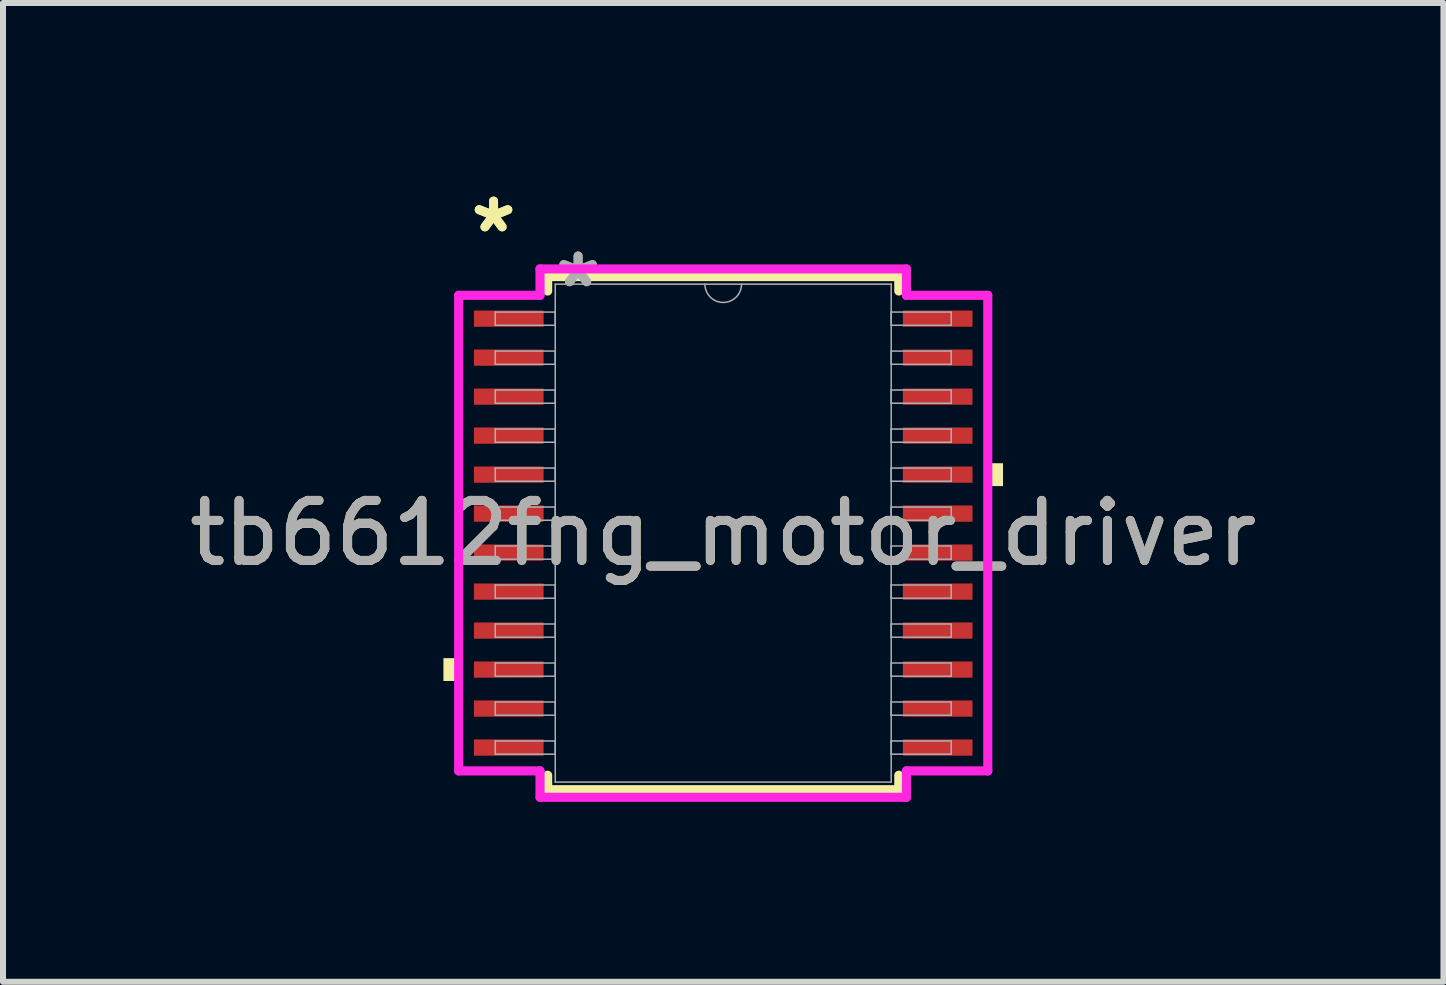
<source format=kicad_pcb>
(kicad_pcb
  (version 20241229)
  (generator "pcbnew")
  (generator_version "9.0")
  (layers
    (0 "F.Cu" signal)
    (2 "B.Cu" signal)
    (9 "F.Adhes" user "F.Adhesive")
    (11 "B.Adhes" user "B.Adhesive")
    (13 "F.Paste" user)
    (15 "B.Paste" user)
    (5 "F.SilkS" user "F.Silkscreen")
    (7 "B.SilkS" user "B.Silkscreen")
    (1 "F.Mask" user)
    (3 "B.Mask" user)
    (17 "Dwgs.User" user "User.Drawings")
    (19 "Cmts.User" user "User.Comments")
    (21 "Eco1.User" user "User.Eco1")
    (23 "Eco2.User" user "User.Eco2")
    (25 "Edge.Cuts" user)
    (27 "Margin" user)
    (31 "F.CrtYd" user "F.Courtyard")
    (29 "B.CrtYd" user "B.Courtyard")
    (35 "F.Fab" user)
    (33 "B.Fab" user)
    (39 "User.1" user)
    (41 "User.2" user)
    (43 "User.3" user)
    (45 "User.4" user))
  (footprint "tb6612fng_motor_driver"
    (layer "F.Cu")
    (at 9.006 5.837)
    (property "Reference" "tb6612fng_motor_driver" (at 0 0 0) (unlocked yes) (layer "F.SilkS") (effects (font (size 1 1) (thickness 0.15))))
    (attr smd)
    (fp_line (start -2.927 -4.277) (end -2.927 -4.036) (stroke (width 0.152) (type solid)) (layer "F.SilkS"))
    (fp_line (start -2.927 4.036) (end -2.927 4.277) (stroke (width 0.152) (type solid)) (layer "F.SilkS"))
    (fp_line (start -2.927 4.277) (end 2.927 4.277) (stroke (width 0.152) (type solid)) (layer "F.SilkS"))
    (fp_line (start 2.927 -4.277) (end -2.927 -4.277) (stroke (width 0.152) (type solid)) (layer "F.SilkS"))
    (fp_line (start 2.927 -4.036) (end 2.927 -4.277) (stroke (width 0.152) (type solid)) (layer "F.SilkS"))
    (fp_line (start 2.927 4.277) (end 2.927 4.036) (stroke (width 0.152) (type solid)) (layer "F.SilkS"))
    (fp_poly (pts (xy -4.664 2.084) (xy -4.664 2.465) (xy -4.41 2.465) (xy -4.41 2.084)) (stroke (width 0) (type solid)) (fill yes) (layer "F.SilkS"))
    (fp_poly (pts (xy 4.664 -1.165) (xy 4.664 -0.784) (xy 4.41 -0.784) (xy 4.41 -1.165)) (stroke (width 0) (type solid)) (fill yes) (layer "F.SilkS"))
    (fp_line (start -4.41 -3.964) (end -3.054 -3.964) (stroke (width 0.152) (type solid)) (layer "F.CrtYd"))
    (fp_line (start -4.41 3.964) (end -4.41 -3.964) (stroke (width 0.152) (type solid)) (layer "F.CrtYd"))
    (fp_line (start -4.41 3.964) (end -3.054 3.964) (stroke (width 0.152) (type solid)) (layer "F.CrtYd"))
    (fp_line (start -3.054 -4.404) (end 3.054 -4.404) (stroke (width 0.152) (type solid)) (layer "F.CrtYd"))
    (fp_line (start -3.054 -3.964) (end -3.054 -4.404) (stroke (width 0.152) (type solid)) (layer "F.CrtYd"))
    (fp_line (start -3.054 4.404) (end -3.054 3.964) (stroke (width 0.152) (type solid)) (layer "F.CrtYd"))
    (fp_line (start 3.054 -4.404) (end 3.054 -3.964) (stroke (width 0.152) (type solid)) (layer "F.CrtYd"))
    (fp_line (start 3.054 3.964) (end 3.054 4.404) (stroke (width 0.152) (type solid)) (layer "F.CrtYd"))
    (fp_line (start 3.054 4.404) (end -3.054 4.404) (stroke (width 0.152) (type solid)) (layer "F.CrtYd"))
    (fp_line (start 4.41 -3.964) (end 3.054 -3.964) (stroke (width 0.152) (type solid)) (layer "F.CrtYd"))
    (fp_line (start 4.41 -3.964) (end 4.41 3.964) (stroke (width 0.152) (type solid)) (layer "F.CrtYd"))
    (fp_line (start 4.41 3.964) (end 3.054 3.964) (stroke (width 0.152) (type solid)) (layer "F.CrtYd"))
    (fp_line (start -3.8 -3.685) (end -3.8 -3.465) (stroke (width 0.025) (type solid)) (layer "F.Fab"))
    (fp_line (start -3.8 -3.465) (end -2.8 -3.465) (stroke (width 0.025) (type solid)) (layer "F.Fab"))
    (fp_line (start -3.8 -3.035) (end -3.8 -2.815) (stroke (width 0.025) (type solid)) (layer "F.Fab"))
    (fp_line (start -3.8 -2.815) (end -2.8 -2.815) (stroke (width 0.025) (type solid)) (layer "F.Fab"))
    (fp_line (start -3.8 -2.385) (end -3.8 -2.165) (stroke (width 0.025) (type solid)) (layer "F.Fab"))
    (fp_line (start -3.8 -2.165) (end -2.8 -2.165) (stroke (width 0.025) (type solid)) (layer "F.Fab"))
    (fp_line (start -3.8 -1.735) (end -3.8 -1.515) (stroke (width 0.025) (type solid)) (layer "F.Fab"))
    (fp_line (start -3.8 -1.515) (end -2.8 -1.515) (stroke (width 0.025) (type solid)) (layer "F.Fab"))
    (fp_line (start -3.8 -1.085) (end -3.8 -0.865) (stroke (width 0.025) (type solid)) (layer "F.Fab"))
    (fp_line (start -3.8 -0.865) (end -2.8 -0.865) (stroke (width 0.025) (type solid)) (layer "F.Fab"))
    (fp_line (start -3.8 -0.435) (end -3.8 -0.215) (stroke (width 0.025) (type solid)) (layer "F.Fab"))
    (fp_line (start -3.8 -0.215) (end -2.8 -0.215) (stroke (width 0.025) (type solid)) (layer "F.Fab"))
    (fp_line (start -3.8 0.215) (end -3.8 0.435) (stroke (width 0.025) (type solid)) (layer "F.Fab"))
    (fp_line (start -3.8 0.435) (end -2.8 0.435) (stroke (width 0.025) (type solid)) (layer "F.Fab"))
    (fp_line (start -3.8 0.865) (end -3.8 1.085) (stroke (width 0.025) (type solid)) (layer "F.Fab"))
    (fp_line (start -3.8 1.085) (end -2.8 1.085) (stroke (width 0.025) (type solid)) (layer "F.Fab"))
    (fp_line (start -3.8 1.515) (end -3.8 1.735) (stroke (width 0.025) (type solid)) (layer "F.Fab"))
    (fp_line (start -3.8 1.735) (end -2.8 1.735) (stroke (width 0.025) (type solid)) (layer "F.Fab"))
    (fp_line (start -3.8 2.165) (end -3.8 2.385) (stroke (width 0.025) (type solid)) (layer "F.Fab"))
    (fp_line (start -3.8 2.385) (end -2.8 2.385) (stroke (width 0.025) (type solid)) (layer "F.Fab"))
    (fp_line (start -3.8 2.815) (end -3.8 3.035) (stroke (width 0.025) (type solid)) (layer "F.Fab"))
    (fp_line (start -3.8 3.035) (end -2.8 3.035) (stroke (width 0.025) (type solid)) (layer "F.Fab"))
    (fp_line (start -3.8 3.465) (end -3.8 3.685) (stroke (width 0.025) (type solid)) (layer "F.Fab"))
    (fp_line (start -3.8 3.685) (end -2.8 3.685) (stroke (width 0.025) (type solid)) (layer "F.Fab"))
    (fp_line (start -2.8 -4.15) (end -2.8 4.15) (stroke (width 0.025) (type solid)) (layer "F.Fab"))
    (fp_line (start -2.8 -3.685) (end -3.8 -3.685) (stroke (width 0.025) (type solid)) (layer "F.Fab"))
    (fp_line (start -2.8 -3.465) (end -2.8 -3.685) (stroke (width 0.025) (type solid)) (layer "F.Fab"))
    (fp_line (start -2.8 -3.035) (end -3.8 -3.035) (stroke (width 0.025) (type solid)) (layer "F.Fab"))
    (fp_line (start -2.8 -2.815) (end -2.8 -3.035) (stroke (width 0.025) (type solid)) (layer "F.Fab"))
    (fp_line (start -2.8 -2.385) (end -3.8 -2.385) (stroke (width 0.025) (type solid)) (layer "F.Fab"))
    (fp_line (start -2.8 -2.165) (end -2.8 -2.385) (stroke (width 0.025) (type solid)) (layer "F.Fab"))
    (fp_line (start -2.8 -1.735) (end -3.8 -1.735) (stroke (width 0.025) (type solid)) (layer "F.Fab"))
    (fp_line (start -2.8 -1.515) (end -2.8 -1.735) (stroke (width 0.025) (type solid)) (layer "F.Fab"))
    (fp_line (start -2.8 -1.085) (end -3.8 -1.085) (stroke (width 0.025) (type solid)) (layer "F.Fab"))
    (fp_line (start -2.8 -0.865) (end -2.8 -1.085) (stroke (width 0.025) (type solid)) (layer "F.Fab"))
    (fp_line (start -2.8 -0.435) (end -3.8 -0.435) (stroke (width 0.025) (type solid)) (layer "F.Fab"))
    (fp_line (start -2.8 -0.215) (end -2.8 -0.435) (stroke (width 0.025) (type solid)) (layer "F.Fab"))
    (fp_line (start -2.8 0.215) (end -3.8 0.215) (stroke (width 0.025) (type solid)) (layer "F.Fab"))
    (fp_line (start -2.8 0.435) (end -2.8 0.215) (stroke (width 0.025) (type solid)) (layer "F.Fab"))
    (fp_line (start -2.8 0.865) (end -3.8 0.865) (stroke (width 0.025) (type solid)) (layer "F.Fab"))
    (fp_line (start -2.8 1.085) (end -2.8 0.865) (stroke (width 0.025) (type solid)) (layer "F.Fab"))
    (fp_line (start -2.8 1.515) (end -3.8 1.515) (stroke (width 0.025) (type solid)) (layer "F.Fab"))
    (fp_line (start -2.8 1.735) (end -2.8 1.515) (stroke (width 0.025) (type solid)) (layer "F.Fab"))
    (fp_line (start -2.8 2.165) (end -3.8 2.165) (stroke (width 0.025) (type solid)) (layer "F.Fab"))
    (fp_line (start -2.8 2.385) (end -2.8 2.165) (stroke (width 0.025) (type solid)) (layer "F.Fab"))
    (fp_line (start -2.8 2.815) (end -3.8 2.815) (stroke (width 0.025) (type solid)) (layer "F.Fab"))
    (fp_line (start -2.8 3.035) (end -2.8 2.815) (stroke (width 0.025) (type solid)) (layer "F.Fab"))
    (fp_line (start -2.8 3.465) (end -3.8 3.465) (stroke (width 0.025) (type solid)) (layer "F.Fab"))
    (fp_line (start -2.8 3.685) (end -2.8 3.465) (stroke (width 0.025) (type solid)) (layer "F.Fab"))
    (fp_line (start -2.8 4.15) (end 2.8 4.15) (stroke (width 0.025) (type solid)) (layer "F.Fab"))
    (fp_line (start 2.8 -4.15) (end -2.8 -4.15) (stroke (width 0.025) (type solid)) (layer "F.Fab"))
    (fp_line (start 2.8 -3.685) (end 2.8 -3.465) (stroke (width 0.025) (type solid)) (layer "F.Fab"))
    (fp_line (start 2.8 -3.465) (end 3.8 -3.465) (stroke (width 0.025) (type solid)) (layer "F.Fab"))
    (fp_line (start 2.8 -3.035) (end 2.8 -2.815) (stroke (width 0.025) (type solid)) (layer "F.Fab"))
    (fp_line (start 2.8 -2.815) (end 3.8 -2.815) (stroke (width 0.025) (type solid)) (layer "F.Fab"))
    (fp_line (start 2.8 -2.385) (end 2.8 -2.165) (stroke (width 0.025) (type solid)) (layer "F.Fab"))
    (fp_line (start 2.8 -2.165) (end 3.8 -2.165) (stroke (width 0.025) (type solid)) (layer "F.Fab"))
    (fp_line (start 2.8 -1.735) (end 2.8 -1.515) (stroke (width 0.025) (type solid)) (layer "F.Fab"))
    (fp_line (start 2.8 -1.515) (end 3.8 -1.515) (stroke (width 0.025) (type solid)) (layer "F.Fab"))
    (fp_line (start 2.8 -1.085) (end 2.8 -0.865) (stroke (width 0.025) (type solid)) (layer "F.Fab"))
    (fp_line (start 2.8 -0.865) (end 3.8 -0.865) (stroke (width 0.025) (type solid)) (layer "F.Fab"))
    (fp_line (start 2.8 -0.435) (end 2.8 -0.215) (stroke (width 0.025) (type solid)) (layer "F.Fab"))
    (fp_line (start 2.8 -0.215) (end 3.8 -0.215) (stroke (width 0.025) (type solid)) (layer "F.Fab"))
    (fp_line (start 2.8 0.215) (end 2.8 0.435) (stroke (width 0.025) (type solid)) (layer "F.Fab"))
    (fp_line (start 2.8 0.435) (end 3.8 0.435) (stroke (width 0.025) (type solid)) (layer "F.Fab"))
    (fp_line (start 2.8 0.865) (end 2.8 1.085) (stroke (width 0.025) (type solid)) (layer "F.Fab"))
    (fp_line (start 2.8 1.085) (end 3.8 1.085) (stroke (width 0.025) (type solid)) (layer "F.Fab"))
    (fp_line (start 2.8 1.515) (end 2.8 1.735) (stroke (width 0.025) (type solid)) (layer "F.Fab"))
    (fp_line (start 2.8 1.735) (end 3.8 1.735) (stroke (width 0.025) (type solid)) (layer "F.Fab"))
    (fp_line (start 2.8 2.165) (end 2.8 2.385) (stroke (width 0.025) (type solid)) (layer "F.Fab"))
    (fp_line (start 2.8 2.385) (end 3.8 2.385) (stroke (width 0.025) (type solid)) (layer "F.Fab"))
    (fp_line (start 2.8 2.815) (end 2.8 3.035) (stroke (width 0.025) (type solid)) (layer "F.Fab"))
    (fp_line (start 2.8 3.035) (end 3.8 3.035) (stroke (width 0.025) (type solid)) (layer "F.Fab"))
    (fp_line (start 2.8 3.465) (end 2.8 3.685) (stroke (width 0.025) (type solid)) (layer "F.Fab"))
    (fp_line (start 2.8 3.685) (end 3.8 3.685) (stroke (width 0.025) (type solid)) (layer "F.Fab"))
    (fp_line (start 2.8 4.15) (end 2.8 -4.15) (stroke (width 0.025) (type solid)) (layer "F.Fab"))
    (fp_line (start 3.8 -3.685) (end 2.8 -3.685) (stroke (width 0.025) (type solid)) (layer "F.Fab"))
    (fp_line (start 3.8 -3.465) (end 3.8 -3.685) (stroke (width 0.025) (type solid)) (layer "F.Fab"))
    (fp_line (start 3.8 -3.035) (end 2.8 -3.035) (stroke (width 0.025) (type solid)) (layer "F.Fab"))
    (fp_line (start 3.8 -2.815) (end 3.8 -3.035) (stroke (width 0.025) (type solid)) (layer "F.Fab"))
    (fp_line (start 3.8 -2.385) (end 2.8 -2.385) (stroke (width 0.025) (type solid)) (layer "F.Fab"))
    (fp_line (start 3.8 -2.165) (end 3.8 -2.385) (stroke (width 0.025) (type solid)) (layer "F.Fab"))
    (fp_line (start 3.8 -1.735) (end 2.8 -1.735) (stroke (width 0.025) (type solid)) (layer "F.Fab"))
    (fp_line (start 3.8 -1.515) (end 3.8 -1.735) (stroke (width 0.025) (type solid)) (layer "F.Fab"))
    (fp_line (start 3.8 -1.085) (end 2.8 -1.085) (stroke (width 0.025) (type solid)) (layer "F.Fab"))
    (fp_line (start 3.8 -0.865) (end 3.8 -1.085) (stroke (width 0.025) (type solid)) (layer "F.Fab"))
    (fp_line (start 3.8 -0.435) (end 2.8 -0.435) (stroke (width 0.025) (type solid)) (layer "F.Fab"))
    (fp_line (start 3.8 -0.215) (end 3.8 -0.435) (stroke (width 0.025) (type solid)) (layer "F.Fab"))
    (fp_line (start 3.8 0.215) (end 2.8 0.215) (stroke (width 0.025) (type solid)) (layer "F.Fab"))
    (fp_line (start 3.8 0.435) (end 3.8 0.215) (stroke (width 0.025) (type solid)) (layer "F.Fab"))
    (fp_line (start 3.8 0.865) (end 2.8 0.865) (stroke (width 0.025) (type solid)) (layer "F.Fab"))
    (fp_line (start 3.8 1.085) (end 3.8 0.865) (stroke (width 0.025) (type solid)) (layer "F.Fab"))
    (fp_line (start 3.8 1.515) (end 2.8 1.515) (stroke (width 0.025) (type solid)) (layer "F.Fab"))
    (fp_line (start 3.8 1.735) (end 3.8 1.515) (stroke (width 0.025) (type solid)) (layer "F.Fab"))
    (fp_line (start 3.8 2.165) (end 2.8 2.165) (stroke (width 0.025) (type solid)) (layer "F.Fab"))
    (fp_line (start 3.8 2.385) (end 3.8 2.165) (stroke (width 0.025) (type solid)) (layer "F.Fab"))
    (fp_line (start 3.8 2.815) (end 2.8 2.815) (stroke (width 0.025) (type solid)) (layer "F.Fab"))
    (fp_line (start 3.8 3.035) (end 3.8 2.815) (stroke (width 0.025) (type solid)) (layer "F.Fab"))
    (fp_line (start 3.8 3.465) (end 2.8 3.465) (stroke (width 0.025) (type solid)) (layer "F.Fab"))
    (fp_line (start 3.8 3.685) (end 3.8 3.465) (stroke (width 0.025) (type solid)) (layer "F.Fab"))
    (fp_arc (start 0.3048 -4.149999) (mid 0 -3.845199) (end -0.3048 -4.149999) (stroke (width 0.0254) (type solid)) (layer "F.Fab"))
    (fp_text user "*" (at -3.829 -4.989 0) (unlocked yes) (layer "F.SilkS") (effects (font (size 1 1) (thickness 0.15))))
    (fp_text user "*" (at -3.829 -4.989 0) (layer "F.SilkS") (effects (font (size 1 1) (thickness 0.15))))
    (fp_text user "*" (at -2.419 -4.074 0) (layer "F.Fab") (effects (font (size 1 1) (thickness 0.15))))
    (fp_text user "*" (at -2.419 -4.074 0) (unlocked yes) (layer "F.Fab") (effects (font (size 1 1) (thickness 0.15))))
    (fp_text user "${REFERENCE}" (at 0 0 0) (unlocked yes) (layer "F.Fab") (effects (font (size 1 1) (thickness 0.15))))
    (pad "1" smd rect (at -3.575 -3.575) (size 1.161 0.271) (layers "F.Cu" "F.Mask" "F.Paste"))
    (pad "2" smd rect (at -3.575 -2.925) (size 1.161 0.271) (layers "F.Cu" "F.Mask" "F.Paste"))
    (pad "3" smd rect (at -3.575 -2.275) (size 1.161 0.271) (layers "F.Cu" "F.Mask" "F.Paste"))
    (pad "4" smd rect (at -3.575 -1.625) (size 1.161 0.271) (layers "F.Cu" "F.Mask" "F.Paste"))
    (pad "5" smd rect (at -3.575 -0.975) (size 1.161 0.271) (layers "F.Cu" "F.Mask" "F.Paste"))
    (pad "6" smd rect (at -3.575 -0.325) (size 1.161 0.271) (layers "F.Cu" "F.Mask" "F.Paste"))
    (pad "7" smd rect (at -3.575 0.325) (size 1.161 0.271) (layers "F.Cu" "F.Mask" "F.Paste"))
    (pad "8" smd rect (at -3.575 0.975) (size 1.161 0.271) (layers "F.Cu" "F.Mask" "F.Paste"))
    (pad "9" smd rect (at -3.575 1.625) (size 1.161 0.271) (layers "F.Cu" "F.Mask" "F.Paste"))
    (pad "10" smd rect (at -3.575 2.275) (size 1.161 0.271) (layers "F.Cu" "F.Mask" "F.Paste"))
    (pad "11" smd rect (at -3.575 2.925) (size 1.161 0.271) (layers "F.Cu" "F.Mask" "F.Paste"))
    (pad "12" smd rect (at -3.575 3.575) (size 1.161 0.271) (layers "F.Cu" "F.Mask" "F.Paste"))
    (pad "13" smd rect (at 3.575 3.575) (size 1.161 0.271) (layers "F.Cu" "F.Mask" "F.Paste"))
    (pad "14" smd rect (at 3.575 2.925) (size 1.161 0.271) (layers "F.Cu" "F.Mask" "F.Paste"))
    (pad "15" smd rect (at 3.575 2.275) (size 1.161 0.271) (layers "F.Cu" "F.Mask" "F.Paste"))
    (pad "16" smd rect (at 3.575 1.625) (size 1.161 0.271) (layers "F.Cu" "F.Mask" "F.Paste"))
    (pad "17" smd rect (at 3.575 0.975) (size 1.161 0.271) (layers "F.Cu" "F.Mask" "F.Paste"))
    (pad "18" smd rect (at 3.575 0.325) (size 1.161 0.271) (layers "F.Cu" "F.Mask" "F.Paste"))
    (pad "19" smd rect (at 3.575 -0.325) (size 1.161 0.271) (layers "F.Cu" "F.Mask" "F.Paste"))
    (pad "20" smd rect (at 3.575 -0.975) (size 1.161 0.271) (layers "F.Cu" "F.Mask" "F.Paste"))
    (pad "21" smd rect (at 3.575 -1.625) (size 1.161 0.271) (layers "F.Cu" "F.Mask" "F.Paste"))
    (pad "22" smd rect (at 3.575 -2.275) (size 1.161 0.271) (layers "F.Cu" "F.Mask" "F.Paste"))
    (pad "23" smd rect (at 3.575 -2.925) (size 1.161 0.271) (layers "F.Cu" "F.Mask" "F.Paste"))
    (pad "24" smd rect (at 3.575 -3.575) (size 1.161 0.271) (layers "F.Cu" "F.Mask" "F.Paste")))
  (gr_rect
    (start -3 -3)
    (end 21.012 13.317)
    (stroke (width 0.1) (type default))
    (fill no)
    (layer "Edge.Cuts")))
</source>
